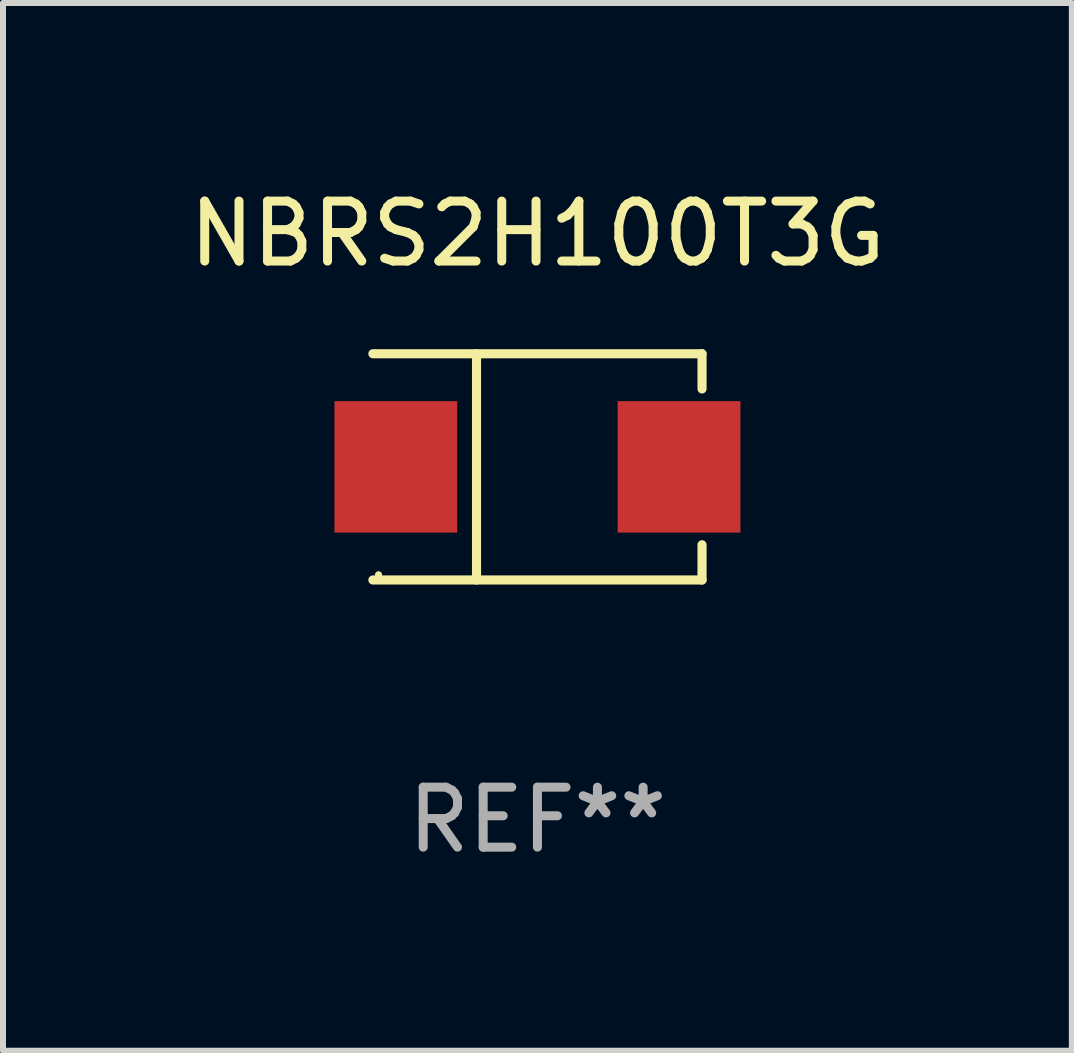
<source format=kicad_pcb>
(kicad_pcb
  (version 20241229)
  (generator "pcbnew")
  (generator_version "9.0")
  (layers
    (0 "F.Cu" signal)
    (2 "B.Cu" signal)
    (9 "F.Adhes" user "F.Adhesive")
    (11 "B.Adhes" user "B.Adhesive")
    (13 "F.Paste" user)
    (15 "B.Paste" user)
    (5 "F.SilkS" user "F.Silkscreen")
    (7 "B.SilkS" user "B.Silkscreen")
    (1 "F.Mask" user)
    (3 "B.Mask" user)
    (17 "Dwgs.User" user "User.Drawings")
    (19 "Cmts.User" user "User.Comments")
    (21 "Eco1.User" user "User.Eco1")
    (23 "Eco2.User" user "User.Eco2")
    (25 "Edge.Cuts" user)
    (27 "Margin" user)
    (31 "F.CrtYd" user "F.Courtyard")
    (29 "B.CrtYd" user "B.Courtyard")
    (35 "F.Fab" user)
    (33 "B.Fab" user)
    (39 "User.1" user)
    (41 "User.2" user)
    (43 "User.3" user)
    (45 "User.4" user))
  (footprint "NBRS2H100T3G"
    (layer "F.Cu")
    (at 5.911 4.734)
    (property "Reference" "NBRS2H100T3G" (at 0 -3.886 0) (layer "F.SilkS") (effects (font (size 1 1) (thickness 0.15))))
    (attr through_hole)
    (fp_line (start -2.744 -1.886) (end 2.744 -1.886) (stroke (width 0.152) (type solid)) (layer "F.SilkS"))
    (fp_line (start -2.744 1.886) (end 2.744 1.886) (stroke (width 0.152) (type solid)) (layer "F.SilkS"))
    (fp_line (start -1.016 -1.886) (end -1.016 1.886) (stroke (width 0.152) (type solid)) (layer "F.SilkS"))
    (fp_line (start 2.744 -1.886) (end 2.744 -1.299) (stroke (width 0.152) (type solid)) (layer "F.SilkS"))
    (fp_line (start 2.744 1.886) (end 2.744 1.299) (stroke (width 0.152) (type solid)) (layer "F.SilkS"))
    (fp_circle (center -2.65 1.8) (end -2.62 1.8) (stroke (width 0.06) (type solid)) (fill no) (layer "F.SilkS"))
    (fp_text user "REF**" (at 0 5.886 0) (layer "F.Fab") (effects (font (size 1 1) (thickness 0.15))))
    (pad "1" smd rect (at -2.361 0) (size 2.047 2.192) (layers "F.Cu" "F.Mask" "F.Paste"))
    (pad "2" smd rect (at 2.361 0) (size 2.047 2.192) (layers "F.Cu" "F.Mask" "F.Paste")))
  (gr_rect
    (start -3 -3)
    (end 14.821 14.469)
    (stroke (width 0.1) (type default))
    (fill no)
    (layer "Edge.Cuts")))
</source>
